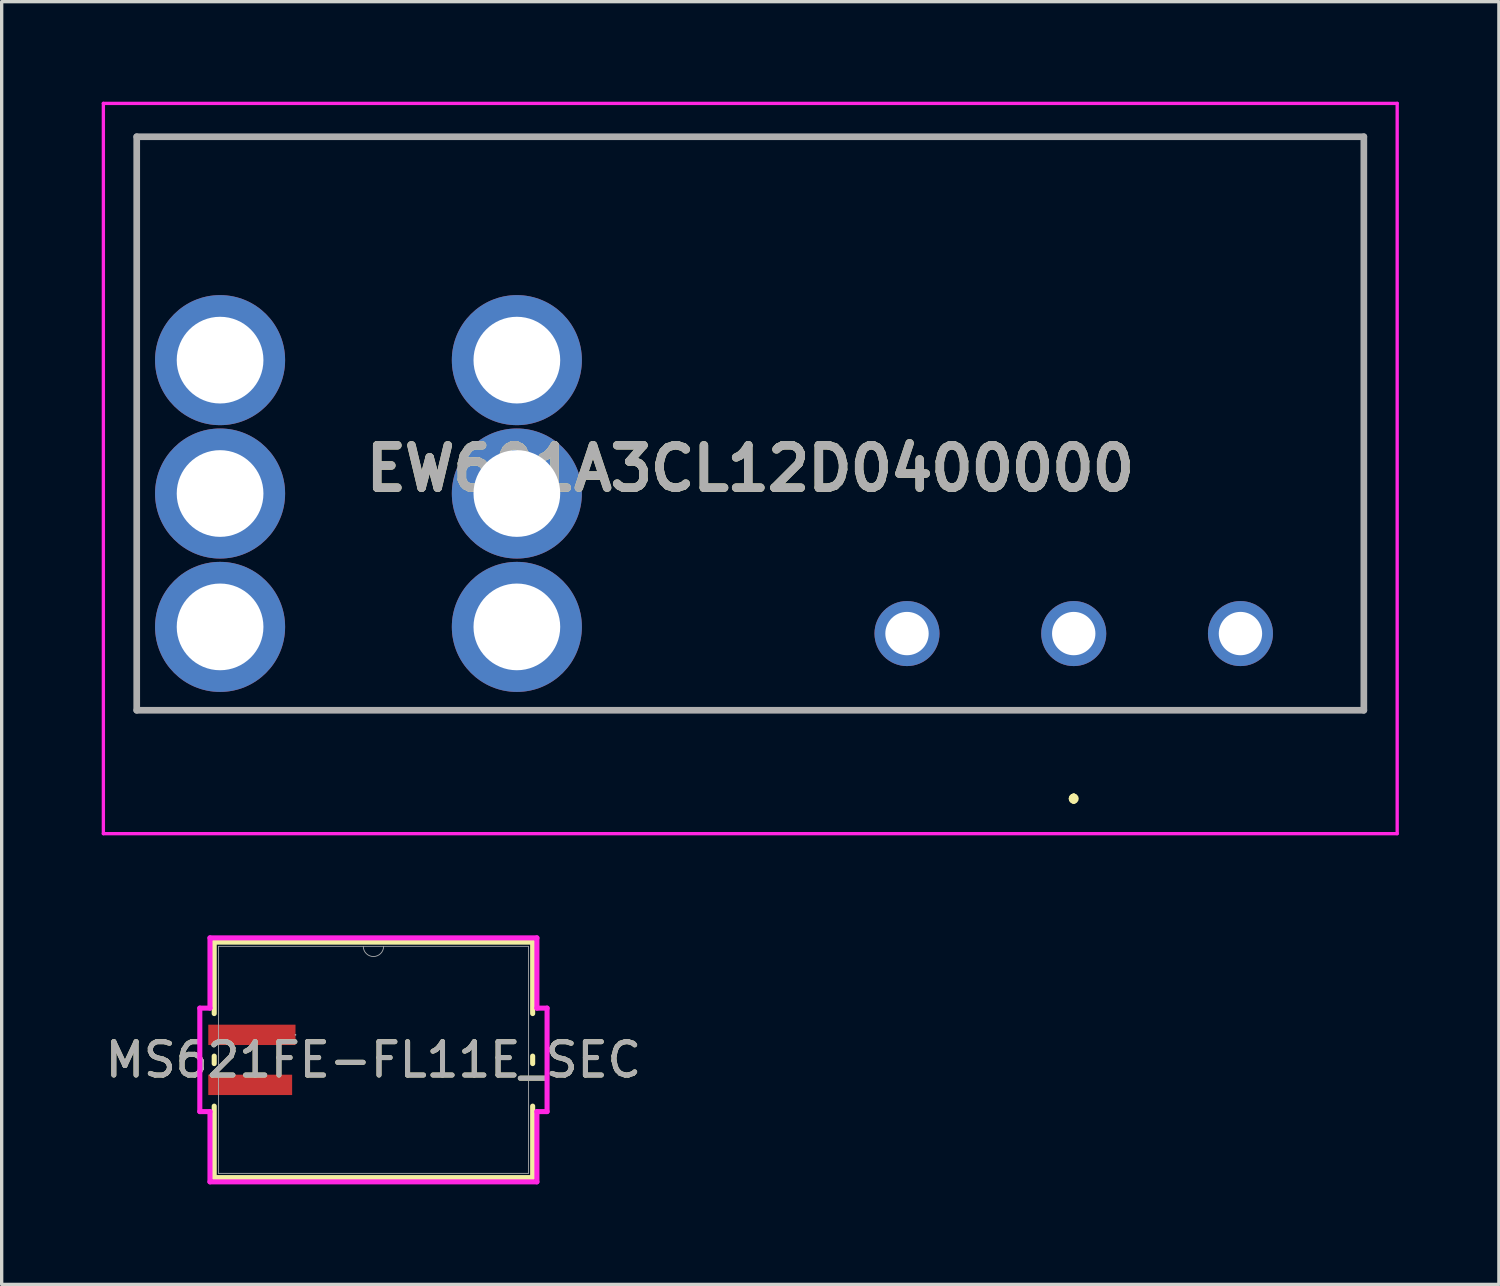
<source format=kicad_pcb>
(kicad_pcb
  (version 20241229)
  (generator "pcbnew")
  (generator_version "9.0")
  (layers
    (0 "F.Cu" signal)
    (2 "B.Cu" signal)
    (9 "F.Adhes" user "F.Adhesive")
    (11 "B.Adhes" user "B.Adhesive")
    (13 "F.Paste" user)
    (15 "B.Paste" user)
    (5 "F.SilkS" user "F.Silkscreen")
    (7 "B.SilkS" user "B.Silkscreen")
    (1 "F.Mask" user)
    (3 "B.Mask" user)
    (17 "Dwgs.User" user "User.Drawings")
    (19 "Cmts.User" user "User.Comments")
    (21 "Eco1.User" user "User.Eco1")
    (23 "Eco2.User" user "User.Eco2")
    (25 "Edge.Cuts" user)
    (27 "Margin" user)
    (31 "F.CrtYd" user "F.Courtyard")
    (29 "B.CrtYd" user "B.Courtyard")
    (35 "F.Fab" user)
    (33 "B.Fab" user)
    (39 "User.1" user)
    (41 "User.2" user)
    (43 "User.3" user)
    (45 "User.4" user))
  (footprint "EW601A3CL12D0400000"
    (layer "F.Cu")
    (at 29.15 15.95)
    (property "Reference" "EW601A3CL12D0400000" (at -9.7 -4.95 0) (layer "F.SilkS") (effects (font (size 1.27 1.27) (thickness 0.254))))
    (attr through_hole)
    (fp_line (start -28.1 -14.9) (end -28.1 2.3) (stroke (width 0.1) (type solid)) (layer "F.SilkS"))
    (fp_line (start -28.1 2.3) (end 8.7 2.3) (stroke (width 0.1) (type solid)) (layer "F.SilkS"))
    (fp_line (start 0 4.9) (end 0 4.9) (stroke (width 0.2) (type solid)) (layer "F.SilkS"))
    (fp_line (start 0 4.9) (end 0 4.9) (stroke (width 0.2) (type solid)) (layer "F.SilkS"))
    (fp_line (start 0 5) (end 0 5) (stroke (width 0.2) (type solid)) (layer "F.SilkS"))
    (fp_line (start 8.7 -14.9) (end -28.1 -14.9) (stroke (width 0.1) (type solid)) (layer "F.SilkS"))
    (fp_line (start 8.7 2.3) (end 8.7 -14.9) (stroke (width 0.1) (type solid)) (layer "F.SilkS"))
    (fp_arc (start 0 4.9) (mid 0.05 4.95) (end 0 5) (stroke (width 0.2) (type solid)) (layer "F.SilkS"))
    (fp_arc (start 0 5) (mid -0.05 4.95) (end 0 4.9) (stroke (width 0.2) (type solid)) (layer "F.SilkS"))
    (fp_arc (start 0 5) (mid -0.05 4.95) (end 0 4.9) (stroke (width 0.2) (type solid)) (layer "F.SilkS"))
    (fp_line (start -29.1 -15.9) (end -29.1 6) (stroke (width 0.1) (type solid)) (layer "F.CrtYd"))
    (fp_line (start -29.1 6) (end 9.7 6) (stroke (width 0.1) (type solid)) (layer "F.CrtYd"))
    (fp_line (start 9.7 -15.9) (end -29.1 -15.9) (stroke (width 0.1) (type solid)) (layer "F.CrtYd"))
    (fp_line (start 9.7 6) (end 9.7 -15.9) (stroke (width 0.1) (type solid)) (layer "F.CrtYd"))
    (fp_line (start -28.1 -14.9) (end 8.7 -14.9) (stroke (width 0.2) (type solid)) (layer "F.Fab"))
    (fp_line (start -28.1 2.3) (end -28.1 -14.9) (stroke (width 0.2) (type solid)) (layer "F.Fab"))
    (fp_line (start 8.7 -14.9) (end 8.7 2.3) (stroke (width 0.2) (type solid)) (layer "F.Fab"))
    (fp_line (start 8.7 2.3) (end -28.1 2.3) (stroke (width 0.2) (type solid)) (layer "F.Fab"))
    (fp_text user "${REFERENCE}" (at -9.7 -4.95 0) (layer "F.Fab") (effects (font (size 1.27 1.27) (thickness 0.254))))
    (pad "1" thru_hole circle (at -25.6 -0.2) (size 3.9 3.9) (drill 2.6) (layers "*.Cu" "*.Mask"))
    (pad "2" thru_hole circle (at -25.6 -4.2) (size 3.9 3.9) (drill 2.6) (layers "*.Cu" "*.Mask"))
    (pad "3" thru_hole circle (at -25.6 -8.2) (size 3.9 3.9) (drill 2.6) (layers "*.Cu" "*.Mask"))
    (pad "4" thru_hole circle (at -16.7 -0.2) (size 3.9 3.9) (drill 2.6) (layers "*.Cu" "*.Mask"))
    (pad "5" thru_hole circle (at -16.7 -4.2) (size 3.9 3.9) (drill 2.6) (layers "*.Cu" "*.Mask"))
    (pad "6" thru_hole circle (at -16.7 -8.2) (size 3.9 3.9) (drill 2.6) (layers "*.Cu" "*.Mask"))
    (pad "A1" thru_hole circle (at 0 0) (size 1.95 1.95) (drill 1.3) (layers "*.Cu" "*.Mask"))
    (pad "A2" thru_hole circle (at 5 0) (size 1.95 1.95) (drill 1.3) (layers "*.Cu" "*.Mask"))
    (pad "A3" thru_hole circle (at -5 0) (size 1.95 1.95) (drill 1.3) (layers "*.Cu" "*.Mask")))
  (footprint "MS621FE-FL11E_SEC"
    (layer "F.Cu")
    (at 8.149 28.734)
    (property "Reference" "MS621FE-FL11E_SEC" (at 0 0 0) (unlocked yes) (layer "F.SilkS") (effects (font (size 1 1) (thickness 0.15))))
    (attr smd)
    (fp_line (start -4.775 -3.531) (end -4.775 -1.388) (stroke (width 0.152) (type solid)) (layer "F.SilkS"))
    (fp_line (start -4.775 -0.112) (end -4.775 0.112) (stroke (width 0.152) (type solid)) (layer "F.SilkS"))
    (fp_line (start -4.775 1.388) (end -4.775 3.531) (stroke (width 0.152) (type solid)) (layer "F.SilkS"))
    (fp_line (start -4.775 3.531) (end 4.775 3.531) (stroke (width 0.152) (type solid)) (layer "F.SilkS"))
    (fp_line (start 4.775 -3.531) (end -4.775 -3.531) (stroke (width 0.152) (type solid)) (layer "F.SilkS"))
    (fp_line (start 4.775 -1.388) (end 4.775 -3.531) (stroke (width 0.152) (type solid)) (layer "F.SilkS"))
    (fp_line (start 4.775 0.112) (end 4.775 -0.112) (stroke (width 0.152) (type solid)) (layer "F.SilkS"))
    (fp_line (start 4.775 3.531) (end 4.775 1.388) (stroke (width 0.152) (type solid)) (layer "F.SilkS"))
    (fp_line (start -5.207 -1.551) (end -4.902 -1.551) (stroke (width 0.152) (type solid)) (layer "F.CrtYd"))
    (fp_line (start -5.207 1.551) (end -5.207 -1.551) (stroke (width 0.152) (type solid)) (layer "F.CrtYd"))
    (fp_line (start -5.207 1.551) (end -4.902 1.551) (stroke (width 0.152) (type solid)) (layer "F.CrtYd"))
    (fp_line (start -4.902 -3.658) (end 4.902 -3.658) (stroke (width 0.152) (type solid)) (layer "F.CrtYd"))
    (fp_line (start -4.902 -1.551) (end -4.902 -3.658) (stroke (width 0.152) (type solid)) (layer "F.CrtYd"))
    (fp_line (start -4.902 3.658) (end -4.902 1.551) (stroke (width 0.152) (type solid)) (layer "F.CrtYd"))
    (fp_line (start 4.902 -3.658) (end 4.902 -1.551) (stroke (width 0.152) (type solid)) (layer "F.CrtYd"))
    (fp_line (start 4.902 1.551) (end 4.902 3.658) (stroke (width 0.152) (type solid)) (layer "F.CrtYd"))
    (fp_line (start 4.902 3.658) (end -4.902 3.658) (stroke (width 0.152) (type solid)) (layer "F.CrtYd"))
    (fp_line (start 5.207 -1.551) (end 4.902 -1.551) (stroke (width 0.152) (type solid)) (layer "F.CrtYd"))
    (fp_line (start 5.207 -1.551) (end 5.207 1.551) (stroke (width 0.152) (type solid)) (layer "F.CrtYd"))
    (fp_line (start 5.207 1.551) (end 4.902 1.551) (stroke (width 0.152) (type solid)) (layer "F.CrtYd"))
    (fp_line (start -4.648 -3.404) (end -4.648 3.404) (stroke (width 0.025) (type solid)) (layer "F.Fab"))
    (fp_line (start -4.648 3.404) (end 4.648 3.404) (stroke (width 0.025) (type solid)) (layer "F.Fab"))
    (fp_line (start 4.648 -3.404) (end -4.648 -3.404) (stroke (width 0.025) (type solid)) (layer "F.Fab"))
    (fp_line (start 4.648 3.404) (end 4.648 -3.404) (stroke (width 0.025) (type solid)) (layer "F.Fab"))
    (fp_arc (start 0.3048 -3.4036) (mid 0 -3.0988) (end -0.3048 -3.4036) (stroke (width 0.0254) (type solid)) (layer "F.Fab"))
    (fp_circle (center -2.337 -0.75) (end -2.337 -0.75) (stroke (width 0.025) (type solid)) (fill no) (layer "F.Fab"))
    (fp_text user "${REFERENCE}" (at 0 0 0) (unlocked yes) (layer "F.Fab") (effects (font (size 1 1) (thickness 0.15))))
    (pad "1" smd rect (at -3.645 -0.75) (size 2.616 0.61) (layers "F.Cu" "F.Mask" "F.Paste"))
    (pad "2" smd rect (at -3.696 0.75) (size 2.515 0.61) (layers "F.Cu" "F.Mask" "F.Paste")))
  (gr_rect
    (start -3 -3)
    (end 41.9 35.468)
    (stroke (width 0.1) (type default))
    (fill no)
    (layer "Edge.Cuts")))
</source>
